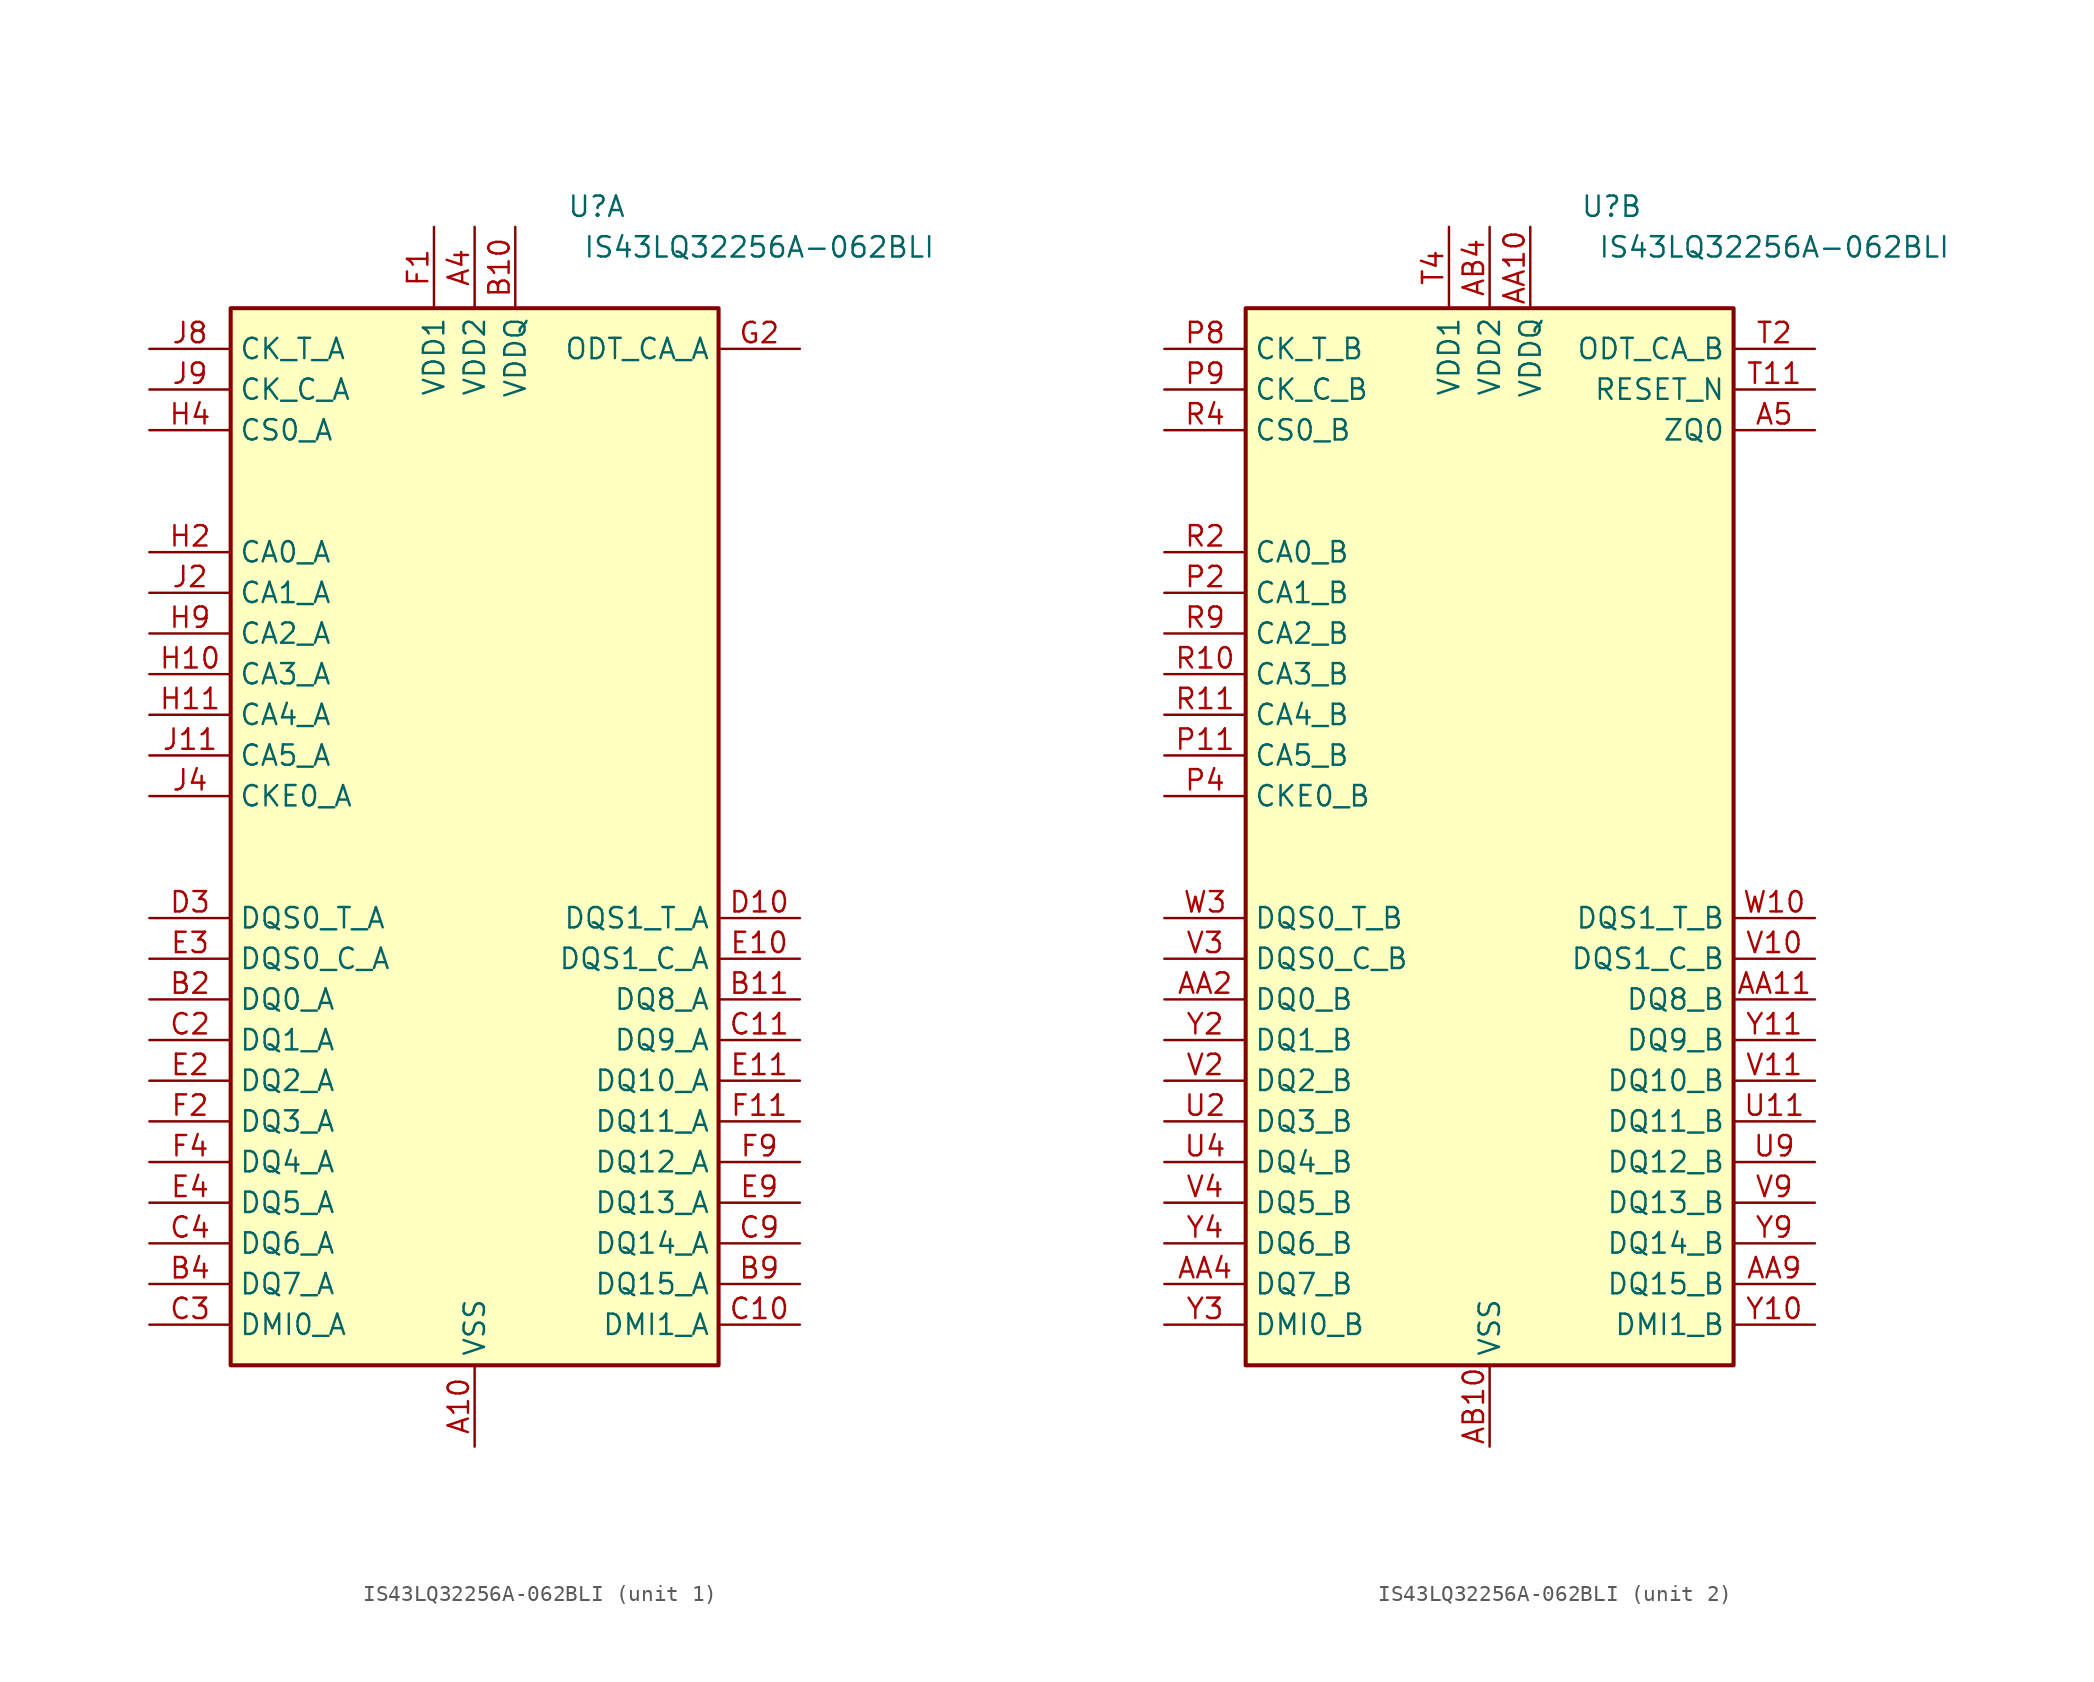
<source format=kicad_sym>
(kicad_symbol_lib
  (version 20200908)
  (generator kicad_symbol_editor)
  (symbol "Memory_RAM:IS43LQ32256A-062BLI"
    (property "Reference" "U"
      (at 7.62 39.37 0)
      (effects (font (size 1.27 1.27))))
    (property "Value" "IS43LQ32256A-062BLI"
      (at 17.78 36.83 0)
      (effects (font (size 1.27 1.27))))
    (property "ki_locked" ""
      (at 0 0 0)
      (effects (font (size 1.27 1.27))))
    (symbol "IS43LQ32256A-062BLI_1_0"
      (rectangle (start -15.24 -33.02) (end 15.24 33.02) (stroke (width 0.254)) (fill (type background))))
    (symbol "IS43LQ32256A-062BLI_2_0"
      (rectangle (start -15.24 -33.02) (end 15.24 33.02) (stroke (width 0.254)) (fill (type background))))
    (symbol "IS43LQ32256A-062BLI_1_1"
      (pin unconnected line (at 15.24 12.7 180) (length 5.08) hide (name "DNU" (effects (font (size 1.27 1.27)))) (number "A1" (effects (font (size 1.27 1.27)))))
      (pin power_in line (at 0 -38.1 90) (length 5.08) (name "VSS" (effects (font (size 1.27 1.27)))) (number "A10" (effects (font (size 1.27 1.27)))))
      (pin unconnected line (at 15.24 7.62 180) (length 5.08) hide (name "DNU" (effects (font (size 1.27 1.27)))) (number "A11" (effects (font (size 1.27 1.27)))))
      (pin unconnected line (at 15.24 5.08 180) (length 5.08) hide (name "DNU" (effects (font (size 1.27 1.27)))) (number "A12" (effects (font (size 1.27 1.27)))))
      (pin unconnected line (at 15.24 10.16 180) (length 5.08) hide (name "DNU" (effects (font (size 1.27 1.27)))) (number "A2" (effects (font (size 1.27 1.27)))))
      (pin passive line (at 0 -38.1 90) (length 5.08) hide (name "VSS" (effects (font (size 1.27 1.27)))) (number "A3" (effects (font (size 1.27 1.27)))))
      (pin power_in line (at 0 38.1 270) (length 5.08) (name "VDD2" (effects (font (size 1.27 1.27)))) (number "A4" (effects (font (size 1.27 1.27)))))
      (pin passive line (at 0 38.1 270) (length 5.08) hide (name "VDD2" (effects (font (size 1.27 1.27)))) (number "A9" (effects (font (size 1.27 1.27)))))
      (pin unconnected line (at 15.24 2.54 180) (length 5.08) hide (name "DNU" (effects (font (size 1.27 1.27)))) (number "B1" (effects (font (size 1.27 1.27)))))
      (pin power_in line (at 2.54 38.1 270) (length 5.08) (name "VDDQ" (effects (font (size 1.27 1.27)))) (number "B10" (effects (font (size 1.27 1.27)))))
      (pin bidirectional line (at 20.32 -10.16 180) (length 5.08) (name "DQ8_A" (effects (font (size 1.27 1.27)))) (number "B11" (effects (font (size 1.27 1.27)))))
      (pin unconnected line (at 15.24 0 180) (length 5.08) hide (name "DNU" (effects (font (size 1.27 1.27)))) (number "B12" (effects (font (size 1.27 1.27)))))
      (pin bidirectional line (at -20.32 -10.16 0) (length 5.08) (name "DQ0_A" (effects (font (size 1.27 1.27)))) (number "B2" (effects (font (size 1.27 1.27)))))
      (pin passive line (at 2.54 38.1 270) (length 5.08) hide (name "VDDQ" (effects (font (size 1.27 1.27)))) (number "B3" (effects (font (size 1.27 1.27)))))
      (pin bidirectional line (at -20.32 -27.94 0) (length 5.08) (name "DQ7_A" (effects (font (size 1.27 1.27)))) (number "B4" (effects (font (size 1.27 1.27)))))
      (pin passive line (at 2.54 38.1 270) (length 5.08) hide (name "VDDQ" (effects (font (size 1.27 1.27)))) (number "B5" (effects (font (size 1.27 1.27)))))
      (pin passive line (at 2.54 38.1 270) (length 5.08) hide (name "VDDQ" (effects (font (size 1.27 1.27)))) (number "B8" (effects (font (size 1.27 1.27)))))
      (pin bidirectional line (at 20.32 -27.94 180) (length 5.08) (name "DQ15_A" (effects (font (size 1.27 1.27)))) (number "B9" (effects (font (size 1.27 1.27)))))
      (pin passive line (at 0 -38.1 90) (length 5.08) hide (name "VSS" (effects (font (size 1.27 1.27)))) (number "C1" (effects (font (size 1.27 1.27)))))
      (pin bidirectional line (at 20.32 -30.48 180) (length 5.08) (name "DMI1_A" (effects (font (size 1.27 1.27)))) (number "C10" (effects (font (size 1.27 1.27)))))
      (pin bidirectional line (at 20.32 -12.7 180) (length 5.08) (name "DQ9_A" (effects (font (size 1.27 1.27)))) (number "C11" (effects (font (size 1.27 1.27)))))
      (pin passive line (at 0 -38.1 90) (length 5.08) hide (name "VSS" (effects (font (size 1.27 1.27)))) (number "C12" (effects (font (size 1.27 1.27)))))
      (pin bidirectional line (at -20.32 -12.7 0) (length 5.08) (name "DQ1_A" (effects (font (size 1.27 1.27)))) (number "C2" (effects (font (size 1.27 1.27)))))
      (pin bidirectional line (at -20.32 -30.48 0) (length 5.08) (name "DMI0_A" (effects (font (size 1.27 1.27)))) (number "C3" (effects (font (size 1.27 1.27)))))
      (pin bidirectional line (at -20.32 -25.4 0) (length 5.08) (name "DQ6_A" (effects (font (size 1.27 1.27)))) (number "C4" (effects (font (size 1.27 1.27)))))
      (pin passive line (at 0 -38.1 90) (length 5.08) hide (name "VSS" (effects (font (size 1.27 1.27)))) (number "C5" (effects (font (size 1.27 1.27)))))
      (pin passive line (at 0 -38.1 90) (length 5.08) hide (name "VSS" (effects (font (size 1.27 1.27)))) (number "C8" (effects (font (size 1.27 1.27)))))
      (pin bidirectional line (at 20.32 -25.4 180) (length 5.08) (name "DQ14_A" (effects (font (size 1.27 1.27)))) (number "C9" (effects (font (size 1.27 1.27)))))
      (pin passive line (at 2.54 38.1 270) (length 5.08) hide (name "VDDQ" (effects (font (size 1.27 1.27)))) (number "D1" (effects (font (size 1.27 1.27)))))
      (pin bidirectional line (at 20.32 -5.08 180) (length 5.08) (name "DQS1_T_A" (effects (font (size 1.27 1.27)))) (number "D10" (effects (font (size 1.27 1.27)))))
      (pin passive line (at 0 -38.1 90) (length 5.08) hide (name "VSS" (effects (font (size 1.27 1.27)))) (number "D11" (effects (font (size 1.27 1.27)))))
      (pin passive line (at 2.54 38.1 270) (length 5.08) hide (name "VDDQ" (effects (font (size 1.27 1.27)))) (number "D12" (effects (font (size 1.27 1.27)))))
      (pin passive line (at 0 -38.1 90) (length 5.08) hide (name "VSS" (effects (font (size 1.27 1.27)))) (number "D2" (effects (font (size 1.27 1.27)))))
      (pin bidirectional line (at -20.32 -5.08 0) (length 5.08) (name "DQS0_T_A" (effects (font (size 1.27 1.27)))) (number "D3" (effects (font (size 1.27 1.27)))))
      (pin passive line (at 0 -38.1 90) (length 5.08) hide (name "VSS" (effects (font (size 1.27 1.27)))) (number "D4" (effects (font (size 1.27 1.27)))))
      (pin passive line (at 2.54 38.1 270) (length 5.08) hide (name "VDDQ" (effects (font (size 1.27 1.27)))) (number "D5" (effects (font (size 1.27 1.27)))))
      (pin passive line (at 2.54 38.1 270) (length 5.08) hide (name "VDDQ" (effects (font (size 1.27 1.27)))) (number "D8" (effects (font (size 1.27 1.27)))))
      (pin passive line (at 0 -38.1 90) (length 5.08) hide (name "VSS" (effects (font (size 1.27 1.27)))) (number "D9" (effects (font (size 1.27 1.27)))))
      (pin passive line (at 0 -38.1 90) (length 5.08) hide (name "VSS" (effects (font (size 1.27 1.27)))) (number "E1" (effects (font (size 1.27 1.27)))))
      (pin bidirectional line (at 20.32 -7.62 180) (length 5.08) (name "DQS1_C_A" (effects (font (size 1.27 1.27)))) (number "E10" (effects (font (size 1.27 1.27)))))
      (pin bidirectional line (at 20.32 -15.24 180) (length 5.08) (name "DQ10_A" (effects (font (size 1.27 1.27)))) (number "E11" (effects (font (size 1.27 1.27)))))
      (pin passive line (at 0 -38.1 90) (length 5.08) hide (name "VSS" (effects (font (size 1.27 1.27)))) (number "E12" (effects (font (size 1.27 1.27)))))
      (pin bidirectional line (at -20.32 -15.24 0) (length 5.08) (name "DQ2_A" (effects (font (size 1.27 1.27)))) (number "E2" (effects (font (size 1.27 1.27)))))
      (pin bidirectional line (at -20.32 -7.62 0) (length 5.08) (name "DQS0_C_A" (effects (font (size 1.27 1.27)))) (number "E3" (effects (font (size 1.27 1.27)))))
      (pin bidirectional line (at -20.32 -22.86 0) (length 5.08) (name "DQ5_A" (effects (font (size 1.27 1.27)))) (number "E4" (effects (font (size 1.27 1.27)))))
      (pin passive line (at 0 -38.1 90) (length 5.08) hide (name "VSS" (effects (font (size 1.27 1.27)))) (number "E5" (effects (font (size 1.27 1.27)))))
      (pin passive line (at 0 -38.1 90) (length 5.08) hide (name "VSS" (effects (font (size 1.27 1.27)))) (number "E8" (effects (font (size 1.27 1.27)))))
      (pin bidirectional line (at 20.32 -22.86 180) (length 5.08) (name "DQ13_A" (effects (font (size 1.27 1.27)))) (number "E9" (effects (font (size 1.27 1.27)))))
      (pin power_in line (at -2.54 38.1 270) (length 5.08) (name "VDD1" (effects (font (size 1.27 1.27)))) (number "F1" (effects (font (size 1.27 1.27)))))
      (pin passive line (at 2.54 38.1 270) (length 5.08) hide (name "VDDQ" (effects (font (size 1.27 1.27)))) (number "F10" (effects (font (size 1.27 1.27)))))
      (pin bidirectional line (at 20.32 -17.78 180) (length 5.08) (name "DQ11_A" (effects (font (size 1.27 1.27)))) (number "F11" (effects (font (size 1.27 1.27)))))
      (pin passive line (at -2.54 38.1 270) (length 5.08) hide (name "VDD1" (effects (font (size 1.27 1.27)))) (number "F12" (effects (font (size 1.27 1.27)))))
      (pin bidirectional line (at -20.32 -17.78 0) (length 5.08) (name "DQ3_A" (effects (font (size 1.27 1.27)))) (number "F2" (effects (font (size 1.27 1.27)))))
      (pin passive line (at 2.54 38.1 270) (length 5.08) hide (name "VDDQ" (effects (font (size 1.27 1.27)))) (number "F3" (effects (font (size 1.27 1.27)))))
      (pin bidirectional line (at -20.32 -20.32 0) (length 5.08) (name "DQ4_A" (effects (font (size 1.27 1.27)))) (number "F4" (effects (font (size 1.27 1.27)))))
      (pin passive line (at 0 38.1 270) (length 5.08) hide (name "VDD2" (effects (font (size 1.27 1.27)))) (number "F5" (effects (font (size 1.27 1.27)))))
      (pin passive line (at 0 38.1 270) (length 5.08) hide (name "VDD2" (effects (font (size 1.27 1.27)))) (number "F8" (effects (font (size 1.27 1.27)))))
      (pin bidirectional line (at 20.32 -20.32 180) (length 5.08) (name "DQ12_A" (effects (font (size 1.27 1.27)))) (number "F9" (effects (font (size 1.27 1.27)))))
      (pin passive line (at 0 -38.1 90) (length 5.08) hide (name "VSS" (effects (font (size 1.27 1.27)))) (number "G1" (effects (font (size 1.27 1.27)))))
      (pin passive line (at 0 -38.1 90) (length 5.08) hide (name "VSS" (effects (font (size 1.27 1.27)))) (number "G10" (effects (font (size 1.27 1.27)))))
      (pin passive line (at 0 -38.1 90) (length 5.08) hide (name "VSS" (effects (font (size 1.27 1.27)))) (number "G12" (effects (font (size 1.27 1.27)))))
      (pin input line (at 20.32 30.48 180) (length 5.08) (name "ODT_CA_A" (effects (font (size 1.27 1.27)))) (number "G2" (effects (font (size 1.27 1.27)))))
      (pin passive line (at 0 -38.1 90) (length 5.08) hide (name "VSS" (effects (font (size 1.27 1.27)))) (number "G3" (effects (font (size 1.27 1.27)))))
      (pin passive line (at -2.54 38.1 270) (length 5.08) hide (name "VDD1" (effects (font (size 1.27 1.27)))) (number "G4" (effects (font (size 1.27 1.27)))))
      (pin passive line (at 0 -38.1 90) (length 5.08) hide (name "VSS" (effects (font (size 1.27 1.27)))) (number "G5" (effects (font (size 1.27 1.27)))))
      (pin passive line (at 0 -38.1 90) (length 5.08) hide (name "VSS" (effects (font (size 1.27 1.27)))) (number "G8" (effects (font (size 1.27 1.27)))))
      (pin passive line (at -2.54 38.1 270) (length 5.08) hide (name "VDD1" (effects (font (size 1.27 1.27)))) (number "G9" (effects (font (size 1.27 1.27)))))
      (pin passive line (at 0 38.1 270) (length 5.08) hide (name "VDD2" (effects (font (size 1.27 1.27)))) (number "H1" (effects (font (size 1.27 1.27)))))
      (pin input line (at -20.32 10.16 0) (length 5.08) (name "CA3_A" (effects (font (size 1.27 1.27)))) (number "H10" (effects (font (size 1.27 1.27)))))
      (pin input line (at -20.32 7.62 0) (length 5.08) (name "CA4_A" (effects (font (size 1.27 1.27)))) (number "H11" (effects (font (size 1.27 1.27)))))
      (pin passive line (at 0 38.1 270) (length 5.08) hide (name "VDD2" (effects (font (size 1.27 1.27)))) (number "H12" (effects (font (size 1.27 1.27)))))
      (pin input line (at -20.32 17.78 0) (length 5.08) (name "CA0_A" (effects (font (size 1.27 1.27)))) (number "H2" (effects (font (size 1.27 1.27)))))
      (pin unconnected line (at -15.24 22.86 0) (length 5.08) hide (name "NC" (effects (font (size 1.27 1.27)))) (number "H3" (effects (font (size 1.27 1.27)))))
      (pin input line (at -20.32 25.4 0) (length 5.08) (name "CS0_A" (effects (font (size 1.27 1.27)))) (number "H4" (effects (font (size 1.27 1.27)))))
      (pin passive line (at 0 38.1 270) (length 5.08) hide (name "VDD2" (effects (font (size 1.27 1.27)))) (number "H5" (effects (font (size 1.27 1.27)))))
      (pin passive line (at 0 38.1 270) (length 5.08) hide (name "VDD2" (effects (font (size 1.27 1.27)))) (number "H8" (effects (font (size 1.27 1.27)))))
      (pin input line (at -20.32 12.7 0) (length 5.08) (name "CA2_A" (effects (font (size 1.27 1.27)))) (number "H9" (effects (font (size 1.27 1.27)))))
      (pin passive line (at 0 -38.1 90) (length 5.08) hide (name "VSS" (effects (font (size 1.27 1.27)))) (number "J1" (effects (font (size 1.27 1.27)))))
      (pin passive line (at 0 -38.1 90) (length 5.08) hide (name "VSS" (effects (font (size 1.27 1.27)))) (number "J10" (effects (font (size 1.27 1.27)))))
      (pin input line (at -20.32 5.08 0) (length 5.08) (name "CA5_A" (effects (font (size 1.27 1.27)))) (number "J11" (effects (font (size 1.27 1.27)))))
      (pin passive line (at 0 -38.1 90) (length 5.08) hide (name "VSS" (effects (font (size 1.27 1.27)))) (number "J12" (effects (font (size 1.27 1.27)))))
      (pin input line (at -20.32 15.24 0) (length 5.08) (name "CA1_A" (effects (font (size 1.27 1.27)))) (number "J2" (effects (font (size 1.27 1.27)))))
      (pin passive line (at 0 -38.1 90) (length 5.08) hide (name "VSS" (effects (font (size 1.27 1.27)))) (number "J3" (effects (font (size 1.27 1.27)))))
      (pin input line (at -20.32 2.54 0) (length 5.08) (name "CKE0_A" (effects (font (size 1.27 1.27)))) (number "J4" (effects (font (size 1.27 1.27)))))
      (pin unconnected line (at -15.24 0 0) (length 5.08) hide (name "NC" (effects (font (size 1.27 1.27)))) (number "J5" (effects (font (size 1.27 1.27)))))
      (pin input line (at -20.32 30.48 0) (length 5.08) (name "CK_T_A" (effects (font (size 1.27 1.27)))) (number "J8" (effects (font (size 1.27 1.27)))))
      (pin input line (at -20.32 27.94 0) (length 5.08) (name "CK_C_A" (effects (font (size 1.27 1.27)))) (number "J9" (effects (font (size 1.27 1.27)))))
      (pin passive line (at 0 38.1 270) (length 5.08) hide (name "VDD2" (effects (font (size 1.27 1.27)))) (number "K1" (effects (font (size 1.27 1.27)))))
      (pin passive line (at 0 38.1 270) (length 5.08) hide (name "VDD2" (effects (font (size 1.27 1.27)))) (number "K10" (effects (font (size 1.27 1.27)))))
      (pin passive line (at 0 -38.1 90) (length 5.08) hide (name "VSS" (effects (font (size 1.27 1.27)))) (number "K11" (effects (font (size 1.27 1.27)))))
      (pin passive line (at 0 38.1 270) (length 5.08) hide (name "VDD2" (effects (font (size 1.27 1.27)))) (number "K12" (effects (font (size 1.27 1.27)))))
      (pin passive line (at 0 -38.1 90) (length 5.08) hide (name "VSS" (effects (font (size 1.27 1.27)))) (number "K2" (effects (font (size 1.27 1.27)))))
      (pin passive line (at 0 38.1 270) (length 5.08) hide (name "VDD2" (effects (font (size 1.27 1.27)))) (number "K3" (effects (font (size 1.27 1.27)))))
      (pin passive line (at 0 -38.1 90) (length 5.08) hide (name "VSS" (effects (font (size 1.27 1.27)))) (number "K4" (effects (font (size 1.27 1.27)))))
      (pin unconnected line (at -15.24 20.32 0) (length 5.08) hide (name "NC" (effects (font (size 1.27 1.27)))) (number "K5" (effects (font (size 1.27 1.27)))))
      (pin unconnected line (at -15.24 -2.54 0) (length 5.08) hide (name "NC" (effects (font (size 1.27 1.27)))) (number "K8" (effects (font (size 1.27 1.27)))))
      (pin passive line (at 0 -38.1 90) (length 5.08) hide (name "VSS" (effects (font (size 1.27 1.27)))) (number "K9" (effects (font (size 1.27 1.27))))))
    (symbol "IS43LQ32256A-062BLI_2_1"
      (pin input line (at 20.32 25.4 180) (length 5.08) (name "ZQ0" (effects (font (size 1.27 1.27)))) (number "A5" (effects (font (size 1.27 1.27)))))
      (pin unconnected line (at 15.24 22.86 180) (length 5.08) hide (name "NC" (effects (font (size 1.27 1.27)))) (number "A8" (effects (font (size 1.27 1.27)))))
      (pin unconnected line (at 15.24 12.7 180) (length 5.08) hide (name "DNU" (effects (font (size 1.27 1.27)))) (number "AA1" (effects (font (size 1.27 1.27)))))
      (pin power_in line (at 2.54 38.1 270) (length 5.08) (name "VDDQ" (effects (font (size 1.27 1.27)))) (number "AA10" (effects (font (size 1.27 1.27)))))
      (pin bidirectional line (at 20.32 -10.16 180) (length 5.08) (name "DQ8_B" (effects (font (size 1.27 1.27)))) (number "AA11" (effects (font (size 1.27 1.27)))))
      (pin unconnected line (at 15.24 10.16 180) (length 5.08) hide (name "DNU" (effects (font (size 1.27 1.27)))) (number "AA12" (effects (font (size 1.27 1.27)))))
      (pin bidirectional line (at -20.32 -10.16 0) (length 5.08) (name "DQ0_B" (effects (font (size 1.27 1.27)))) (number "AA2" (effects (font (size 1.27 1.27)))))
      (pin passive line (at 2.54 38.1 270) (length 5.08) hide (name "VDDQ" (effects (font (size 1.27 1.27)))) (number "AA3" (effects (font (size 1.27 1.27)))))
      (pin bidirectional line (at -20.32 -27.94 0) (length 5.08) (name "DQ7_B" (effects (font (size 1.27 1.27)))) (number "AA4" (effects (font (size 1.27 1.27)))))
      (pin passive line (at 2.54 38.1 270) (length 5.08) hide (name "VDDQ" (effects (font (size 1.27 1.27)))) (number "AA5" (effects (font (size 1.27 1.27)))))
      (pin passive line (at 2.54 38.1 270) (length 5.08) hide (name "VDDQ" (effects (font (size 1.27 1.27)))) (number "AA8" (effects (font (size 1.27 1.27)))))
      (pin bidirectional line (at 20.32 -27.94 180) (length 5.08) (name "DQ15_B" (effects (font (size 1.27 1.27)))) (number "AA9" (effects (font (size 1.27 1.27)))))
      (pin unconnected line (at 15.24 7.62 180) (length 5.08) hide (name "DNU" (effects (font (size 1.27 1.27)))) (number "AB1" (effects (font (size 1.27 1.27)))))
      (pin power_in line (at 0 -38.1 90) (length 5.08) (name "VSS" (effects (font (size 1.27 1.27)))) (number "AB10" (effects (font (size 1.27 1.27)))))
      (pin unconnected line (at 15.24 2.54 180) (length 5.08) hide (name "DNU" (effects (font (size 1.27 1.27)))) (number "AB11" (effects (font (size 1.27 1.27)))))
      (pin unconnected line (at 15.24 0 180) (length 5.08) hide (name "DNU" (effects (font (size 1.27 1.27)))) (number "AB12" (effects (font (size 1.27 1.27)))))
      (pin unconnected line (at 15.24 5.08 180) (length 5.08) hide (name "DNU" (effects (font (size 1.27 1.27)))) (number "AB2" (effects (font (size 1.27 1.27)))))
      (pin passive line (at 0 -38.1 90) (length 5.08) hide (name "VSS" (effects (font (size 1.27 1.27)))) (number "AB3" (effects (font (size 1.27 1.27)))))
      (pin power_in line (at 0 38.1 270) (length 5.08) (name "VDD2" (effects (font (size 1.27 1.27)))) (number "AB4" (effects (font (size 1.27 1.27)))))
      (pin passive line (at 0 -38.1 90) (length 5.08) hide (name "VSS" (effects (font (size 1.27 1.27)))) (number "AB5" (effects (font (size 1.27 1.27)))))
      (pin passive line (at 0 -38.1 90) (length 5.08) hide (name "VSS" (effects (font (size 1.27 1.27)))) (number "AB8" (effects (font (size 1.27 1.27)))))
      (pin passive line (at 0 38.1 270) (length 5.08) hide (name "VDD2" (effects (font (size 1.27 1.27)))) (number "AB9" (effects (font (size 1.27 1.27)))))
      (pin unconnected line (at 15.24 20.32 180) (length 5.08) hide (name "NC" (effects (font (size 1.27 1.27)))) (number "G11" (effects (font (size 1.27 1.27)))))
      (pin passive line (at 0 38.1 270) (length 5.08) hide (name "VDD2" (effects (font (size 1.27 1.27)))) (number "N1" (effects (font (size 1.27 1.27)))))
      (pin passive line (at 0 38.1 270) (length 5.08) hide (name "VDD2" (effects (font (size 1.27 1.27)))) (number "N10" (effects (font (size 1.27 1.27)))))
      (pin passive line (at 0 -38.1 90) (length 5.08) hide (name "VSS" (effects (font (size 1.27 1.27)))) (number "N11" (effects (font (size 1.27 1.27)))))
      (pin passive line (at 0 38.1 270) (length 5.08) hide (name "VDD2" (effects (font (size 1.27 1.27)))) (number "N12" (effects (font (size 1.27 1.27)))))
      (pin passive line (at 0 -38.1 90) (length 5.08) hide (name "VSS" (effects (font (size 1.27 1.27)))) (number "N2" (effects (font (size 1.27 1.27)))))
      (pin passive line (at 0 38.1 270) (length 5.08) hide (name "VDD2" (effects (font (size 1.27 1.27)))) (number "N3" (effects (font (size 1.27 1.27)))))
      (pin passive line (at 0 -38.1 90) (length 5.08) hide (name "VSS" (effects (font (size 1.27 1.27)))) (number "N4" (effects (font (size 1.27 1.27)))))
      (pin unconnected line (at -15.24 20.32 0) (length 5.08) hide (name "NC" (effects (font (size 1.27 1.27)))) (number "N5" (effects (font (size 1.27 1.27)))))
      (pin unconnected line (at -15.24 -2.54 0) (length 5.08) hide (name "NC" (effects (font (size 1.27 1.27)))) (number "N8" (effects (font (size 1.27 1.27)))))
      (pin passive line (at 0 -38.1 90) (length 5.08) hide (name "VSS" (effects (font (size 1.27 1.27)))) (number "N9" (effects (font (size 1.27 1.27)))))
      (pin passive line (at 0 -38.1 90) (length 5.08) hide (name "VSS" (effects (font (size 1.27 1.27)))) (number "P1" (effects (font (size 1.27 1.27)))))
      (pin passive line (at 0 -38.1 90) (length 5.08) hide (name "VSS" (effects (font (size 1.27 1.27)))) (number "P10" (effects (font (size 1.27 1.27)))))
      (pin input line (at -20.32 5.08 0) (length 5.08) (name "CA5_B" (effects (font (size 1.27 1.27)))) (number "P11" (effects (font (size 1.27 1.27)))))
      (pin passive line (at 0 -38.1 90) (length 5.08) hide (name "VSS" (effects (font (size 1.27 1.27)))) (number "P12" (effects (font (size 1.27 1.27)))))
      (pin input line (at -20.32 15.24 0) (length 5.08) (name "CA1_B" (effects (font (size 1.27 1.27)))) (number "P2" (effects (font (size 1.27 1.27)))))
      (pin passive line (at 0 -38.1 90) (length 5.08) hide (name "VSS" (effects (font (size 1.27 1.27)))) (number "P3" (effects (font (size 1.27 1.27)))))
      (pin input line (at -20.32 2.54 0) (length 5.08) (name "CKE0_B" (effects (font (size 1.27 1.27)))) (number "P4" (effects (font (size 1.27 1.27)))))
      (pin unconnected line (at -15.24 0 0) (length 5.08) hide (name "NC" (effects (font (size 1.27 1.27)))) (number "P5" (effects (font (size 1.27 1.27)))))
      (pin input line (at -20.32 30.48 0) (length 5.08) (name "CK_T_B" (effects (font (size 1.27 1.27)))) (number "P8" (effects (font (size 1.27 1.27)))))
      (pin input line (at -20.32 27.94 0) (length 5.08) (name "CK_C_B" (effects (font (size 1.27 1.27)))) (number "P9" (effects (font (size 1.27 1.27)))))
      (pin passive line (at 0 38.1 270) (length 5.08) hide (name "VDD2" (effects (font (size 1.27 1.27)))) (number "R1" (effects (font (size 1.27 1.27)))))
      (pin input line (at -20.32 10.16 0) (length 5.08) (name "CA3_B" (effects (font (size 1.27 1.27)))) (number "R10" (effects (font (size 1.27 1.27)))))
      (pin input line (at -20.32 7.62 0) (length 5.08) (name "CA4_B" (effects (font (size 1.27 1.27)))) (number "R11" (effects (font (size 1.27 1.27)))))
      (pin passive line (at 0 38.1 270) (length 5.08) hide (name "VDD2" (effects (font (size 1.27 1.27)))) (number "R12" (effects (font (size 1.27 1.27)))))
      (pin input line (at -20.32 17.78 0) (length 5.08) (name "CA0_B" (effects (font (size 1.27 1.27)))) (number "R2" (effects (font (size 1.27 1.27)))))
      (pin unconnected line (at -15.24 22.86 0) (length 5.08) hide (name "NC" (effects (font (size 1.27 1.27)))) (number "R3" (effects (font (size 1.27 1.27)))))
      (pin input line (at -20.32 25.4 0) (length 5.08) (name "CS0_B" (effects (font (size 1.27 1.27)))) (number "R4" (effects (font (size 1.27 1.27)))))
      (pin passive line (at 0 38.1 270) (length 5.08) hide (name "VDD2" (effects (font (size 1.27 1.27)))) (number "R5" (effects (font (size 1.27 1.27)))))
      (pin passive line (at 0 38.1 270) (length 5.08) hide (name "VDD2" (effects (font (size 1.27 1.27)))) (number "R8" (effects (font (size 1.27 1.27)))))
      (pin input line (at -20.32 12.7 0) (length 5.08) (name "CA2_B" (effects (font (size 1.27 1.27)))) (number "R9" (effects (font (size 1.27 1.27)))))
      (pin passive line (at 0 -38.1 90) (length 5.08) hide (name "VSS" (effects (font (size 1.27 1.27)))) (number "T1" (effects (font (size 1.27 1.27)))))
      (pin passive line (at 0 -38.1 90) (length 5.08) hide (name "VSS" (effects (font (size 1.27 1.27)))) (number "T10" (effects (font (size 1.27 1.27)))))
      (pin input line (at 20.32 27.94 180) (length 5.08) (name "RESET_N" (effects (font (size 1.27 1.27)))) (number "T11" (effects (font (size 1.27 1.27)))))
      (pin passive line (at 0 -38.1 90) (length 5.08) hide (name "VSS" (effects (font (size 1.27 1.27)))) (number "T12" (effects (font (size 1.27 1.27)))))
      (pin input line (at 20.32 30.48 180) (length 5.08) (name "ODT_CA_B" (effects (font (size 1.27 1.27)))) (number "T2" (effects (font (size 1.27 1.27)))))
      (pin passive line (at 0 -38.1 90) (length 5.08) hide (name "VSS" (effects (font (size 1.27 1.27)))) (number "T3" (effects (font (size 1.27 1.27)))))
      (pin power_in line (at -2.54 38.1 270) (length 5.08) (name "VDD1" (effects (font (size 1.27 1.27)))) (number "T4" (effects (font (size 1.27 1.27)))))
      (pin passive line (at 0 -38.1 90) (length 5.08) hide (name "VSS" (effects (font (size 1.27 1.27)))) (number "T5" (effects (font (size 1.27 1.27)))))
      (pin passive line (at 0 -38.1 90) (length 5.08) hide (name "VSS" (effects (font (size 1.27 1.27)))) (number "T8" (effects (font (size 1.27 1.27)))))
      (pin passive line (at -2.54 38.1 270) (length 5.08) hide (name "VDD1" (effects (font (size 1.27 1.27)))) (number "T9" (effects (font (size 1.27 1.27)))))
      (pin passive line (at -2.54 38.1 270) (length 5.08) hide (name "VDD1" (effects (font (size 1.27 1.27)))) (number "U1" (effects (font (size 1.27 1.27)))))
      (pin passive line (at 2.54 38.1 270) (length 5.08) hide (name "VDDQ" (effects (font (size 1.27 1.27)))) (number "U10" (effects (font (size 1.27 1.27)))))
      (pin bidirectional line (at 20.32 -17.78 180) (length 5.08) (name "DQ11_B" (effects (font (size 1.27 1.27)))) (number "U11" (effects (font (size 1.27 1.27)))))
      (pin passive line (at -2.54 38.1 270) (length 5.08) hide (name "VDD1" (effects (font (size 1.27 1.27)))) (number "U12" (effects (font (size 1.27 1.27)))))
      (pin bidirectional line (at -20.32 -17.78 0) (length 5.08) (name "DQ3_B" (effects (font (size 1.27 1.27)))) (number "U2" (effects (font (size 1.27 1.27)))))
      (pin passive line (at 2.54 38.1 270) (length 5.08) hide (name "VDDQ" (effects (font (size 1.27 1.27)))) (number "U3" (effects (font (size 1.27 1.27)))))
      (pin bidirectional line (at -20.32 -20.32 0) (length 5.08) (name "DQ4_B" (effects (font (size 1.27 1.27)))) (number "U4" (effects (font (size 1.27 1.27)))))
      (pin passive line (at 0 38.1 270) (length 5.08) hide (name "VDD2" (effects (font (size 1.27 1.27)))) (number "U5" (effects (font (size 1.27 1.27)))))
      (pin passive line (at 0 38.1 270) (length 5.08) hide (name "VDD2" (effects (font (size 1.27 1.27)))) (number "U8" (effects (font (size 1.27 1.27)))))
      (pin bidirectional line (at 20.32 -20.32 180) (length 5.08) (name "DQ12_B" (effects (font (size 1.27 1.27)))) (number "U9" (effects (font (size 1.27 1.27)))))
      (pin passive line (at 0 -38.1 90) (length 5.08) hide (name "VSS" (effects (font (size 1.27 1.27)))) (number "V1" (effects (font (size 1.27 1.27)))))
      (pin bidirectional line (at 20.32 -7.62 180) (length 5.08) (name "DQS1_C_B" (effects (font (size 1.27 1.27)))) (number "V10" (effects (font (size 1.27 1.27)))))
      (pin bidirectional line (at 20.32 -15.24 180) (length 5.08) (name "DQ10_B" (effects (font (size 1.27 1.27)))) (number "V11" (effects (font (size 1.27 1.27)))))
      (pin passive line (at 0 -38.1 90) (length 5.08) hide (name "VSS" (effects (font (size 1.27 1.27)))) (number "V12" (effects (font (size 1.27 1.27)))))
      (pin bidirectional line (at -20.32 -15.24 0) (length 5.08) (name "DQ2_B" (effects (font (size 1.27 1.27)))) (number "V2" (effects (font (size 1.27 1.27)))))
      (pin bidirectional line (at -20.32 -7.62 0) (length 5.08) (name "DQS0_C_B" (effects (font (size 1.27 1.27)))) (number "V3" (effects (font (size 1.27 1.27)))))
      (pin bidirectional line (at -20.32 -22.86 0) (length 5.08) (name "DQ5_B" (effects (font (size 1.27 1.27)))) (number "V4" (effects (font (size 1.27 1.27)))))
      (pin passive line (at 0 -38.1 90) (length 5.08) hide (name "VSS" (effects (font (size 1.27 1.27)))) (number "V5" (effects (font (size 1.27 1.27)))))
      (pin passive line (at 0 -38.1 90) (length 5.08) hide (name "VSS" (effects (font (size 1.27 1.27)))) (number "V8" (effects (font (size 1.27 1.27)))))
      (pin bidirectional line (at 20.32 -22.86 180) (length 5.08) (name "DQ13_B" (effects (font (size 1.27 1.27)))) (number "V9" (effects (font (size 1.27 1.27)))))
      (pin passive line (at 2.54 38.1 270) (length 5.08) hide (name "VDDQ" (effects (font (size 1.27 1.27)))) (number "W1" (effects (font (size 1.27 1.27)))))
      (pin bidirectional line (at 20.32 -5.08 180) (length 5.08) (name "DQS1_T_B" (effects (font (size 1.27 1.27)))) (number "W10" (effects (font (size 1.27 1.27)))))
      (pin passive line (at 0 -38.1 90) (length 5.08) hide (name "VSS" (effects (font (size 1.27 1.27)))) (number "W11" (effects (font (size 1.27 1.27)))))
      (pin passive line (at 2.54 38.1 270) (length 5.08) hide (name "VDDQ" (effects (font (size 1.27 1.27)))) (number "W12" (effects (font (size 1.27 1.27)))))
      (pin passive line (at 0 -38.1 90) (length 5.08) hide (name "VSS" (effects (font (size 1.27 1.27)))) (number "W2" (effects (font (size 1.27 1.27)))))
      (pin bidirectional line (at -20.32 -5.08 0) (length 5.08) (name "DQS0_T_B" (effects (font (size 1.27 1.27)))) (number "W3" (effects (font (size 1.27 1.27)))))
      (pin passive line (at 0 -38.1 90) (length 5.08) hide (name "VSS" (effects (font (size 1.27 1.27)))) (number "W4" (effects (font (size 1.27 1.27)))))
      (pin passive line (at 2.54 38.1 270) (length 5.08) hide (name "VDDQ" (effects (font (size 1.27 1.27)))) (number "W5" (effects (font (size 1.27 1.27)))))
      (pin passive line (at 2.54 38.1 270) (length 5.08) hide (name "VDDQ" (effects (font (size 1.27 1.27)))) (number "W8" (effects (font (size 1.27 1.27)))))
      (pin passive line (at 0 -38.1 90) (length 5.08) hide (name "VSS" (effects (font (size 1.27 1.27)))) (number "W9" (effects (font (size 1.27 1.27)))))
      (pin passive line (at 0 -38.1 90) (length 5.08) hide (name "VSS" (effects (font (size 1.27 1.27)))) (number "Y1" (effects (font (size 1.27 1.27)))))
      (pin bidirectional line (at 20.32 -30.48 180) (length 5.08) (name "DMI1_B" (effects (font (size 1.27 1.27)))) (number "Y10" (effects (font (size 1.27 1.27)))))
      (pin bidirectional line (at 20.32 -12.7 180) (length 5.08) (name "DQ9_B" (effects (font (size 1.27 1.27)))) (number "Y11" (effects (font (size 1.27 1.27)))))
      (pin passive line (at 0 -38.1 90) (length 5.08) hide (name "VSS" (effects (font (size 1.27 1.27)))) (number "Y12" (effects (font (size 1.27 1.27)))))
      (pin bidirectional line (at -20.32 -12.7 0) (length 5.08) (name "DQ1_B" (effects (font (size 1.27 1.27)))) (number "Y2" (effects (font (size 1.27 1.27)))))
      (pin bidirectional line (at -20.32 -30.48 0) (length 5.08) (name "DMI0_B" (effects (font (size 1.27 1.27)))) (number "Y3" (effects (font (size 1.27 1.27)))))
      (pin bidirectional line (at -20.32 -25.4 0) (length 5.08) (name "DQ6_B" (effects (font (size 1.27 1.27)))) (number "Y4" (effects (font (size 1.27 1.27)))))
      (pin passive line (at 0 -38.1 90) (length 5.08) hide (name "VSS" (effects (font (size 1.27 1.27)))) (number "Y5" (effects (font (size 1.27 1.27)))))
      (pin passive line (at 0 -38.1 90) (length 5.08) hide (name "VSS" (effects (font (size 1.27 1.27)))) (number "Y8" (effects (font (size 1.27 1.27)))))
      (pin bidirectional line (at 20.32 -25.4 180) (length 5.08) (name "DQ14_B" (effects (font (size 1.27 1.27)))) (number "Y9" (effects (font (size 1.27 1.27))))))))
</source>
